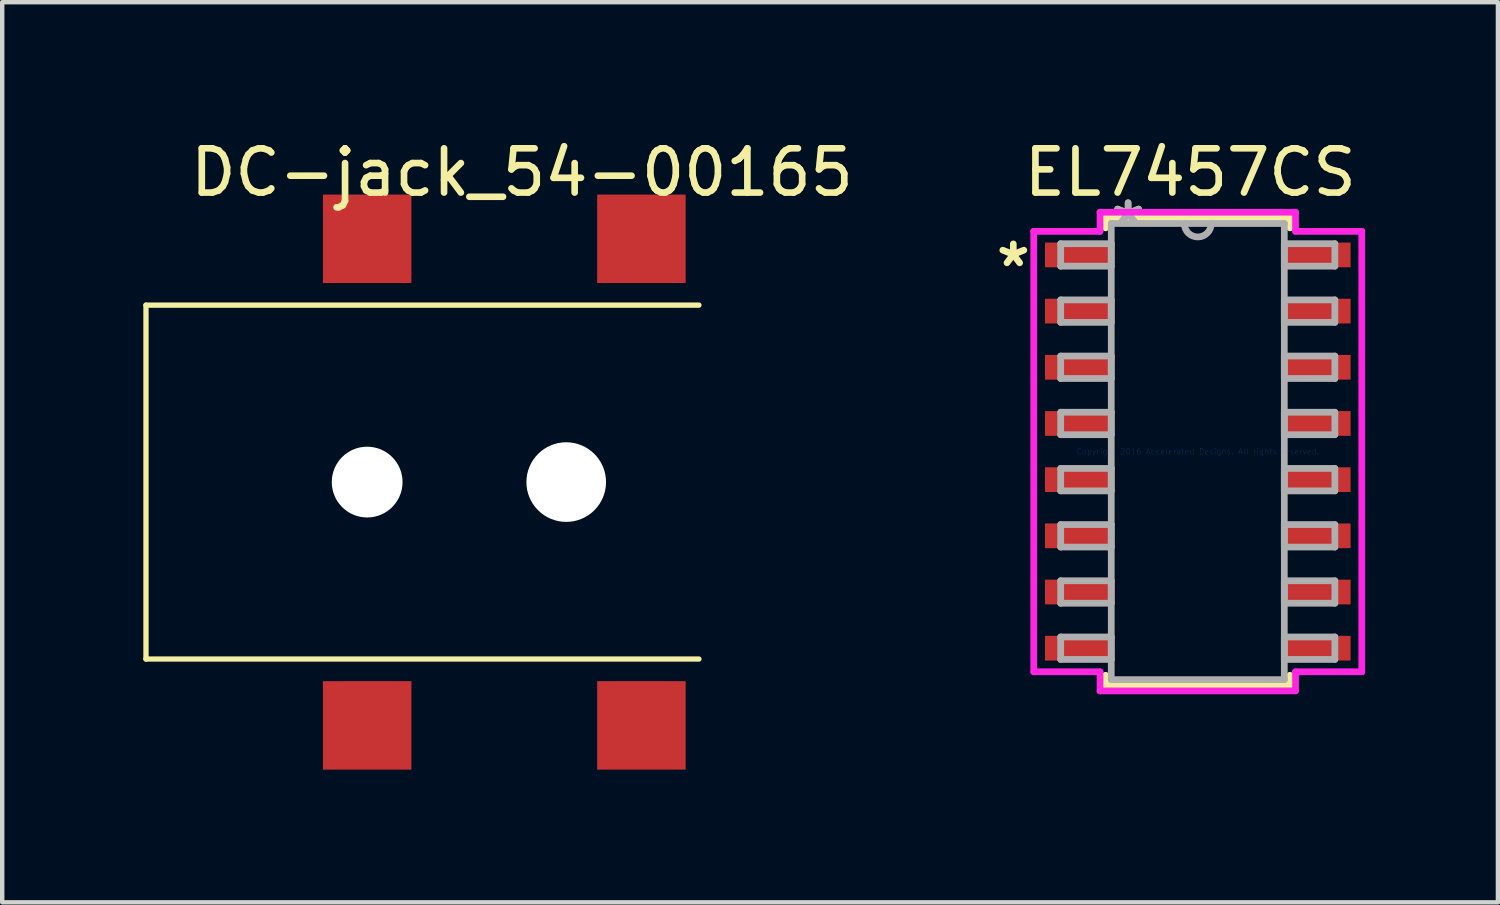
<source format=kicad_pcb>
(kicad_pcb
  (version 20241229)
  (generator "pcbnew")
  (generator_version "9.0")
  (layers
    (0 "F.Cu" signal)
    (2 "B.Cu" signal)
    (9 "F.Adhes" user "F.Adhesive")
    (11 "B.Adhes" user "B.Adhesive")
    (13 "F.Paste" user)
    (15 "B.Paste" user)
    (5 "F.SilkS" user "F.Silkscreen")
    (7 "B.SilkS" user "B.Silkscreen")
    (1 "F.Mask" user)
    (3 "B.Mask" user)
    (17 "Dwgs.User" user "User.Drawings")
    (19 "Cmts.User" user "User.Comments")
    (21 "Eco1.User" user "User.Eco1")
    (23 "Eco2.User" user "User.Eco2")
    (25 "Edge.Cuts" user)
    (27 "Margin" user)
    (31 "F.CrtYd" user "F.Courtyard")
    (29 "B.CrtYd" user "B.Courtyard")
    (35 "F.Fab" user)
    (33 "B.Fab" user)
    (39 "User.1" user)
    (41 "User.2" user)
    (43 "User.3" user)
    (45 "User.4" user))
  (footprint "DC-jack_54-00165"
    (layer "F.Cu")
    (at 0.25 7.848)
    (property "Reference" "DC-jack_54-00165" (at 8.5 -7 0) (layer "F.SilkS") (effects (font (size 1 1) (thickness 0.15))))
    (attr through_hole)
    (fp_line (start 0 -4) (end 0 4) (stroke (width 0.12) (type solid)) (layer "F.SilkS"))
    (fp_line (start 0 4) (end 12.5 4) (stroke (width 0.12) (type solid)) (layer "F.SilkS"))
    (fp_line (start 12.5 -4) (end 0 -4) (stroke (width 0.12) (type solid)) (layer "F.SilkS"))
    (pad "" np_thru_hole circle (at 5 0) (size 1.6 1.6) (drill 1.6) (layers "*.Cu" "*.Mask"))
    (pad "" np_thru_hole circle (at 9.5 0) (size 1.8 1.8) (drill 1.8) (layers "*.Cu" "*.Mask"))
    (pad "1" smd rect (at 5 -5.5) (size 2 2) (layers "F.Cu" "F.Mask" "F.Paste"))
    (pad "1" smd rect (at 11.2 -5.5) (size 2 2) (layers "F.Cu" "F.Mask" "F.Paste"))
    (pad "2" smd rect (at 5 5.5) (size 2 2) (layers "F.Cu" "F.Mask" "F.Paste"))
    (pad "3" smd rect (at 11.2 5.5) (size 2 2) (layers "F.Cu" "F.Mask" "F.Paste")))
  (footprint "EL7457CS"
    (layer "F.Cu")
    (at 24.027 7.158)
    (property "Reference" "EL7457CS" (at -0.17 -6.31 0) (layer "F.SilkS") (effects (font (size 1 1) (thickness 0.15))))
    (attr through_hole)
    (fp_line (start -2.083 -5.283) (end -2.083 -5.057) (stroke (width 0.152) (type solid)) (layer "F.SilkS"))
    (fp_line (start -2.083 5.057) (end -2.083 5.283) (stroke (width 0.152) (type solid)) (layer "F.SilkS"))
    (fp_line (start -2.083 5.283) (end 2.083 5.283) (stroke (width 0.152) (type solid)) (layer "F.SilkS"))
    (fp_line (start 2.083 -5.283) (end -2.083 -5.283) (stroke (width 0.152) (type solid)) (layer "F.SilkS"))
    (fp_line (start 2.083 -5.057) (end 2.083 -5.283) (stroke (width 0.152) (type solid)) (layer "F.SilkS"))
    (fp_line (start 2.083 5.283) (end 2.083 5.057) (stroke (width 0.152) (type solid)) (layer "F.SilkS"))
    (fp_line (start -3.708 -4.978) (end -2.21 -4.978) (stroke (width 0.152) (type solid)) (layer "F.CrtYd"))
    (fp_line (start -3.708 4.978) (end -3.708 -4.978) (stroke (width 0.152) (type solid)) (layer "F.CrtYd"))
    (fp_line (start -2.21 -5.41) (end 2.21 -5.41) (stroke (width 0.152) (type solid)) (layer "F.CrtYd"))
    (fp_line (start -2.21 -4.978) (end -2.21 -5.41) (stroke (width 0.152) (type solid)) (layer "F.CrtYd"))
    (fp_line (start -2.21 4.978) (end -3.708 4.978) (stroke (width 0.152) (type solid)) (layer "F.CrtYd"))
    (fp_line (start -2.21 5.41) (end -2.21 4.978) (stroke (width 0.152) (type solid)) (layer "F.CrtYd"))
    (fp_line (start 2.21 -5.41) (end 2.21 -4.978) (stroke (width 0.152) (type solid)) (layer "F.CrtYd"))
    (fp_line (start 2.21 -4.978) (end 3.708 -4.978) (stroke (width 0.152) (type solid)) (layer "F.CrtYd"))
    (fp_line (start 2.21 4.978) (end 2.21 5.41) (stroke (width 0.152) (type solid)) (layer "F.CrtYd"))
    (fp_line (start 2.21 5.41) (end -2.21 5.41) (stroke (width 0.152) (type solid)) (layer "F.CrtYd"))
    (fp_line (start 3.708 -4.978) (end 3.708 4.978) (stroke (width 0.152) (type solid)) (layer "F.CrtYd"))
    (fp_line (start 3.708 4.978) (end 2.21 4.978) (stroke (width 0.152) (type solid)) (layer "F.CrtYd"))
    (fp_line (start -3.099 -4.699) (end -3.099 -4.191) (stroke (width 0.152) (type solid)) (layer "F.Fab"))
    (fp_line (start -3.099 -4.191) (end -1.956 -4.191) (stroke (width 0.152) (type solid)) (layer "F.Fab"))
    (fp_line (start -3.099 -3.429) (end -3.099 -2.921) (stroke (width 0.152) (type solid)) (layer "F.Fab"))
    (fp_line (start -3.099 -2.921) (end -1.956 -2.921) (stroke (width 0.152) (type solid)) (layer "F.Fab"))
    (fp_line (start -3.099 -2.159) (end -3.099 -1.651) (stroke (width 0.152) (type solid)) (layer "F.Fab"))
    (fp_line (start -3.099 -1.651) (end -1.956 -1.651) (stroke (width 0.152) (type solid)) (layer "F.Fab"))
    (fp_line (start -3.099 -0.889) (end -3.099 -0.381) (stroke (width 0.152) (type solid)) (layer "F.Fab"))
    (fp_line (start -3.099 -0.381) (end -1.956 -0.381) (stroke (width 0.152) (type solid)) (layer "F.Fab"))
    (fp_line (start -3.099 0.381) (end -3.099 0.889) (stroke (width 0.152) (type solid)) (layer "F.Fab"))
    (fp_line (start -3.099 0.889) (end -1.956 0.889) (stroke (width 0.152) (type solid)) (layer "F.Fab"))
    (fp_line (start -3.099 1.651) (end -3.099 2.159) (stroke (width 0.152) (type solid)) (layer "F.Fab"))
    (fp_line (start -3.099 2.159) (end -1.956 2.159) (stroke (width 0.152) (type solid)) (layer "F.Fab"))
    (fp_line (start -3.099 2.921) (end -3.099 3.429) (stroke (width 0.152) (type solid)) (layer "F.Fab"))
    (fp_line (start -3.099 3.429) (end -1.956 3.429) (stroke (width 0.152) (type solid)) (layer "F.Fab"))
    (fp_line (start -3.099 4.191) (end -3.099 4.699) (stroke (width 0.152) (type solid)) (layer "F.Fab"))
    (fp_line (start -3.099 4.699) (end -1.956 4.699) (stroke (width 0.152) (type solid)) (layer "F.Fab"))
    (fp_line (start -1.956 -5.156) (end -1.956 5.156) (stroke (width 0.152) (type solid)) (layer "F.Fab"))
    (fp_line (start -1.956 -4.699) (end -3.099 -4.699) (stroke (width 0.152) (type solid)) (layer "F.Fab"))
    (fp_line (start -1.956 -4.191) (end -1.956 -4.699) (stroke (width 0.152) (type solid)) (layer "F.Fab"))
    (fp_line (start -1.956 -3.429) (end -3.099 -3.429) (stroke (width 0.152) (type solid)) (layer "F.Fab"))
    (fp_line (start -1.956 -2.921) (end -1.956 -3.429) (stroke (width 0.152) (type solid)) (layer "F.Fab"))
    (fp_line (start -1.956 -2.159) (end -3.099 -2.159) (stroke (width 0.152) (type solid)) (layer "F.Fab"))
    (fp_line (start -1.956 -1.651) (end -1.956 -2.159) (stroke (width 0.152) (type solid)) (layer "F.Fab"))
    (fp_line (start -1.956 -0.889) (end -3.099 -0.889) (stroke (width 0.152) (type solid)) (layer "F.Fab"))
    (fp_line (start -1.956 -0.381) (end -1.956 -0.889) (stroke (width 0.152) (type solid)) (layer "F.Fab"))
    (fp_line (start -1.956 0.381) (end -3.099 0.381) (stroke (width 0.152) (type solid)) (layer "F.Fab"))
    (fp_line (start -1.956 0.889) (end -1.956 0.381) (stroke (width 0.152) (type solid)) (layer "F.Fab"))
    (fp_line (start -1.956 1.651) (end -3.099 1.651) (stroke (width 0.152) (type solid)) (layer "F.Fab"))
    (fp_line (start -1.956 2.159) (end -1.956 1.651) (stroke (width 0.152) (type solid)) (layer "F.Fab"))
    (fp_line (start -1.956 2.921) (end -3.099 2.921) (stroke (width 0.152) (type solid)) (layer "F.Fab"))
    (fp_line (start -1.956 3.429) (end -1.956 2.921) (stroke (width 0.152) (type solid)) (layer "F.Fab"))
    (fp_line (start -1.956 4.191) (end -3.099 4.191) (stroke (width 0.152) (type solid)) (layer "F.Fab"))
    (fp_line (start -1.956 4.699) (end -1.956 4.191) (stroke (width 0.152) (type solid)) (layer "F.Fab"))
    (fp_line (start -1.956 5.156) (end 1.956 5.156) (stroke (width 0.152) (type solid)) (layer "F.Fab"))
    (fp_line (start 1.956 -5.156) (end -1.956 -5.156) (stroke (width 0.152) (type solid)) (layer "F.Fab"))
    (fp_line (start 1.956 -4.699) (end 1.956 -4.191) (stroke (width 0.152) (type solid)) (layer "F.Fab"))
    (fp_line (start 1.956 -4.191) (end 3.099 -4.191) (stroke (width 0.152) (type solid)) (layer "F.Fab"))
    (fp_line (start 1.956 -3.429) (end 1.956 -2.921) (stroke (width 0.152) (type solid)) (layer "F.Fab"))
    (fp_line (start 1.956 -2.921) (end 3.099 -2.921) (stroke (width 0.152) (type solid)) (layer "F.Fab"))
    (fp_line (start 1.956 -2.159) (end 1.956 -1.651) (stroke (width 0.152) (type solid)) (layer "F.Fab"))
    (fp_line (start 1.956 -1.651) (end 3.099 -1.651) (stroke (width 0.152) (type solid)) (layer "F.Fab"))
    (fp_line (start 1.956 -0.889) (end 1.956 -0.381) (stroke (width 0.152) (type solid)) (layer "F.Fab"))
    (fp_line (start 1.956 -0.381) (end 3.099 -0.381) (stroke (width 0.152) (type solid)) (layer "F.Fab"))
    (fp_line (start 1.956 0.381) (end 1.956 0.889) (stroke (width 0.152) (type solid)) (layer "F.Fab"))
    (fp_line (start 1.956 0.889) (end 3.099 0.889) (stroke (width 0.152) (type solid)) (layer "F.Fab"))
    (fp_line (start 1.956 1.651) (end 1.956 2.159) (stroke (width 0.152) (type solid)) (layer "F.Fab"))
    (fp_line (start 1.956 2.159) (end 3.099 2.159) (stroke (width 0.152) (type solid)) (layer "F.Fab"))
    (fp_line (start 1.956 2.921) (end 1.956 3.429) (stroke (width 0.152) (type solid)) (layer "F.Fab"))
    (fp_line (start 1.956 3.429) (end 3.099 3.429) (stroke (width 0.152) (type solid)) (layer "F.Fab"))
    (fp_line (start 1.956 4.191) (end 1.956 4.699) (stroke (width 0.152) (type solid)) (layer "F.Fab"))
    (fp_line (start 1.956 4.699) (end 3.099 4.699) (stroke (width 0.152) (type solid)) (layer "F.Fab"))
    (fp_line (start 1.956 5.156) (end 1.956 -5.156) (stroke (width 0.152) (type solid)) (layer "F.Fab"))
    (fp_line (start 3.099 -4.699) (end 1.956 -4.699) (stroke (width 0.152) (type solid)) (layer "F.Fab"))
    (fp_line (start 3.099 -4.191) (end 3.099 -4.699) (stroke (width 0.152) (type solid)) (layer "F.Fab"))
    (fp_line (start 3.099 -3.429) (end 1.956 -3.429) (stroke (width 0.152) (type solid)) (layer "F.Fab"))
    (fp_line (start 3.099 -2.921) (end 3.099 -3.429) (stroke (width 0.152) (type solid)) (layer "F.Fab"))
    (fp_line (start 3.099 -2.159) (end 1.956 -2.159) (stroke (width 0.152) (type solid)) (layer "F.Fab"))
    (fp_line (start 3.099 -1.651) (end 3.099 -2.159) (stroke (width 0.152) (type solid)) (layer "F.Fab"))
    (fp_line (start 3.099 -0.889) (end 1.956 -0.889) (stroke (width 0.152) (type solid)) (layer "F.Fab"))
    (fp_line (start 3.099 -0.381) (end 3.099 -0.889) (stroke (width 0.152) (type solid)) (layer "F.Fab"))
    (fp_line (start 3.099 0.381) (end 1.956 0.381) (stroke (width 0.152) (type solid)) (layer "F.Fab"))
    (fp_line (start 3.099 0.889) (end 3.099 0.381) (stroke (width 0.152) (type solid)) (layer "F.Fab"))
    (fp_line (start 3.099 1.651) (end 1.956 1.651) (stroke (width 0.152) (type solid)) (layer "F.Fab"))
    (fp_line (start 3.099 2.159) (end 3.099 1.651) (stroke (width 0.152) (type solid)) (layer "F.Fab"))
    (fp_line (start 3.099 2.921) (end 1.956 2.921) (stroke (width 0.152) (type solid)) (layer "F.Fab"))
    (fp_line (start 3.099 3.429) (end 3.099 2.921) (stroke (width 0.152) (type solid)) (layer "F.Fab"))
    (fp_line (start 3.099 4.191) (end 1.956 4.191) (stroke (width 0.152) (type solid)) (layer "F.Fab"))
    (fp_line (start 3.099 4.699) (end 3.099 4.191) (stroke (width 0.152) (type solid)) (layer "F.Fab"))
    (fp_arc (start 0.3048 -5.1562) (mid 0 -4.8514) (end -0.3048 -5.1562) (stroke (width 0.1524) (type solid)) (layer "F.Fab"))
    (fp_text user "*" (at -4.17 -4.15 0) (layer "F.SilkS") (effects (font (size 1 1) (thickness 0.15))))
    (fp_text user "Copyright 2016 Accelerated Designs. All rights reserved." (at 0 0 0) (layer "Cmts.User") (effects (font (size 0.127 0.127) (thickness 0.002))))
    (fp_text user "*" (at -1.575 -5.08 0) (layer "F.Fab") (effects (font (size 1 1) (thickness 0.15))))
    (fp_text user "*" (at -1.575 -5.08 0) (layer "F.Fab") (effects (font (size 1 1) (thickness 0.15))))
    (pad "1" smd rect (at -2.705 -4.445) (size 1.499 0.559) (layers "F.Cu" "F.Mask" "F.Paste"))
    (pad "2" smd rect (at -2.705 -3.175) (size 1.499 0.559) (layers "F.Cu" "F.Mask" "F.Paste"))
    (pad "3" smd rect (at -2.705 -1.905) (size 1.499 0.559) (layers "F.Cu" "F.Mask" "F.Paste"))
    (pad "4" smd rect (at -2.705 -0.635) (size 1.499 0.559) (layers "F.Cu" "F.Mask" "F.Paste"))
    (pad "5" smd rect (at -2.705 0.635) (size 1.499 0.559) (layers "F.Cu" "F.Mask" "F.Paste"))
    (pad "6" smd rect (at -2.705 1.905) (size 1.499 0.559) (layers "F.Cu" "F.Mask" "F.Paste"))
    (pad "7" smd rect (at -2.705 3.175) (size 1.499 0.559) (layers "F.Cu" "F.Mask" "F.Paste"))
    (pad "8" smd rect (at -2.705 4.445) (size 1.499 0.559) (layers "F.Cu" "F.Mask" "F.Paste"))
    (pad "9" smd rect (at 2.705 4.445) (size 1.499 0.559) (layers "F.Cu" "F.Mask" "F.Paste"))
    (pad "10" smd rect (at 2.705 3.175) (size 1.499 0.559) (layers "F.Cu" "F.Mask" "F.Paste"))
    (pad "11" smd rect (at 2.705 1.905) (size 1.499 0.559) (layers "F.Cu" "F.Mask" "F.Paste"))
    (pad "12" smd rect (at 2.705 0.635) (size 1.499 0.559) (layers "F.Cu" "F.Mask" "F.Paste"))
    (pad "13" smd rect (at 2.705 -0.635) (size 1.499 0.559) (layers "F.Cu" "F.Mask" "F.Paste"))
    (pad "14" smd rect (at 2.705 -1.905) (size 1.499 0.559) (layers "F.Cu" "F.Mask" "F.Paste"))
    (pad "15" smd rect (at 2.705 -3.175) (size 1.499 0.559) (layers "F.Cu" "F.Mask" "F.Paste"))
    (pad "16" smd rect (at 2.705 -4.445) (size 1.499 0.559) (layers "F.Cu" "F.Mask" "F.Paste")))
  (gr_rect
    (start -3 -3)
    (end 30.812 17.348)
    (stroke (width 0.1) (type default))
    (fill no)
    (layer "Edge.Cuts")))
</source>
